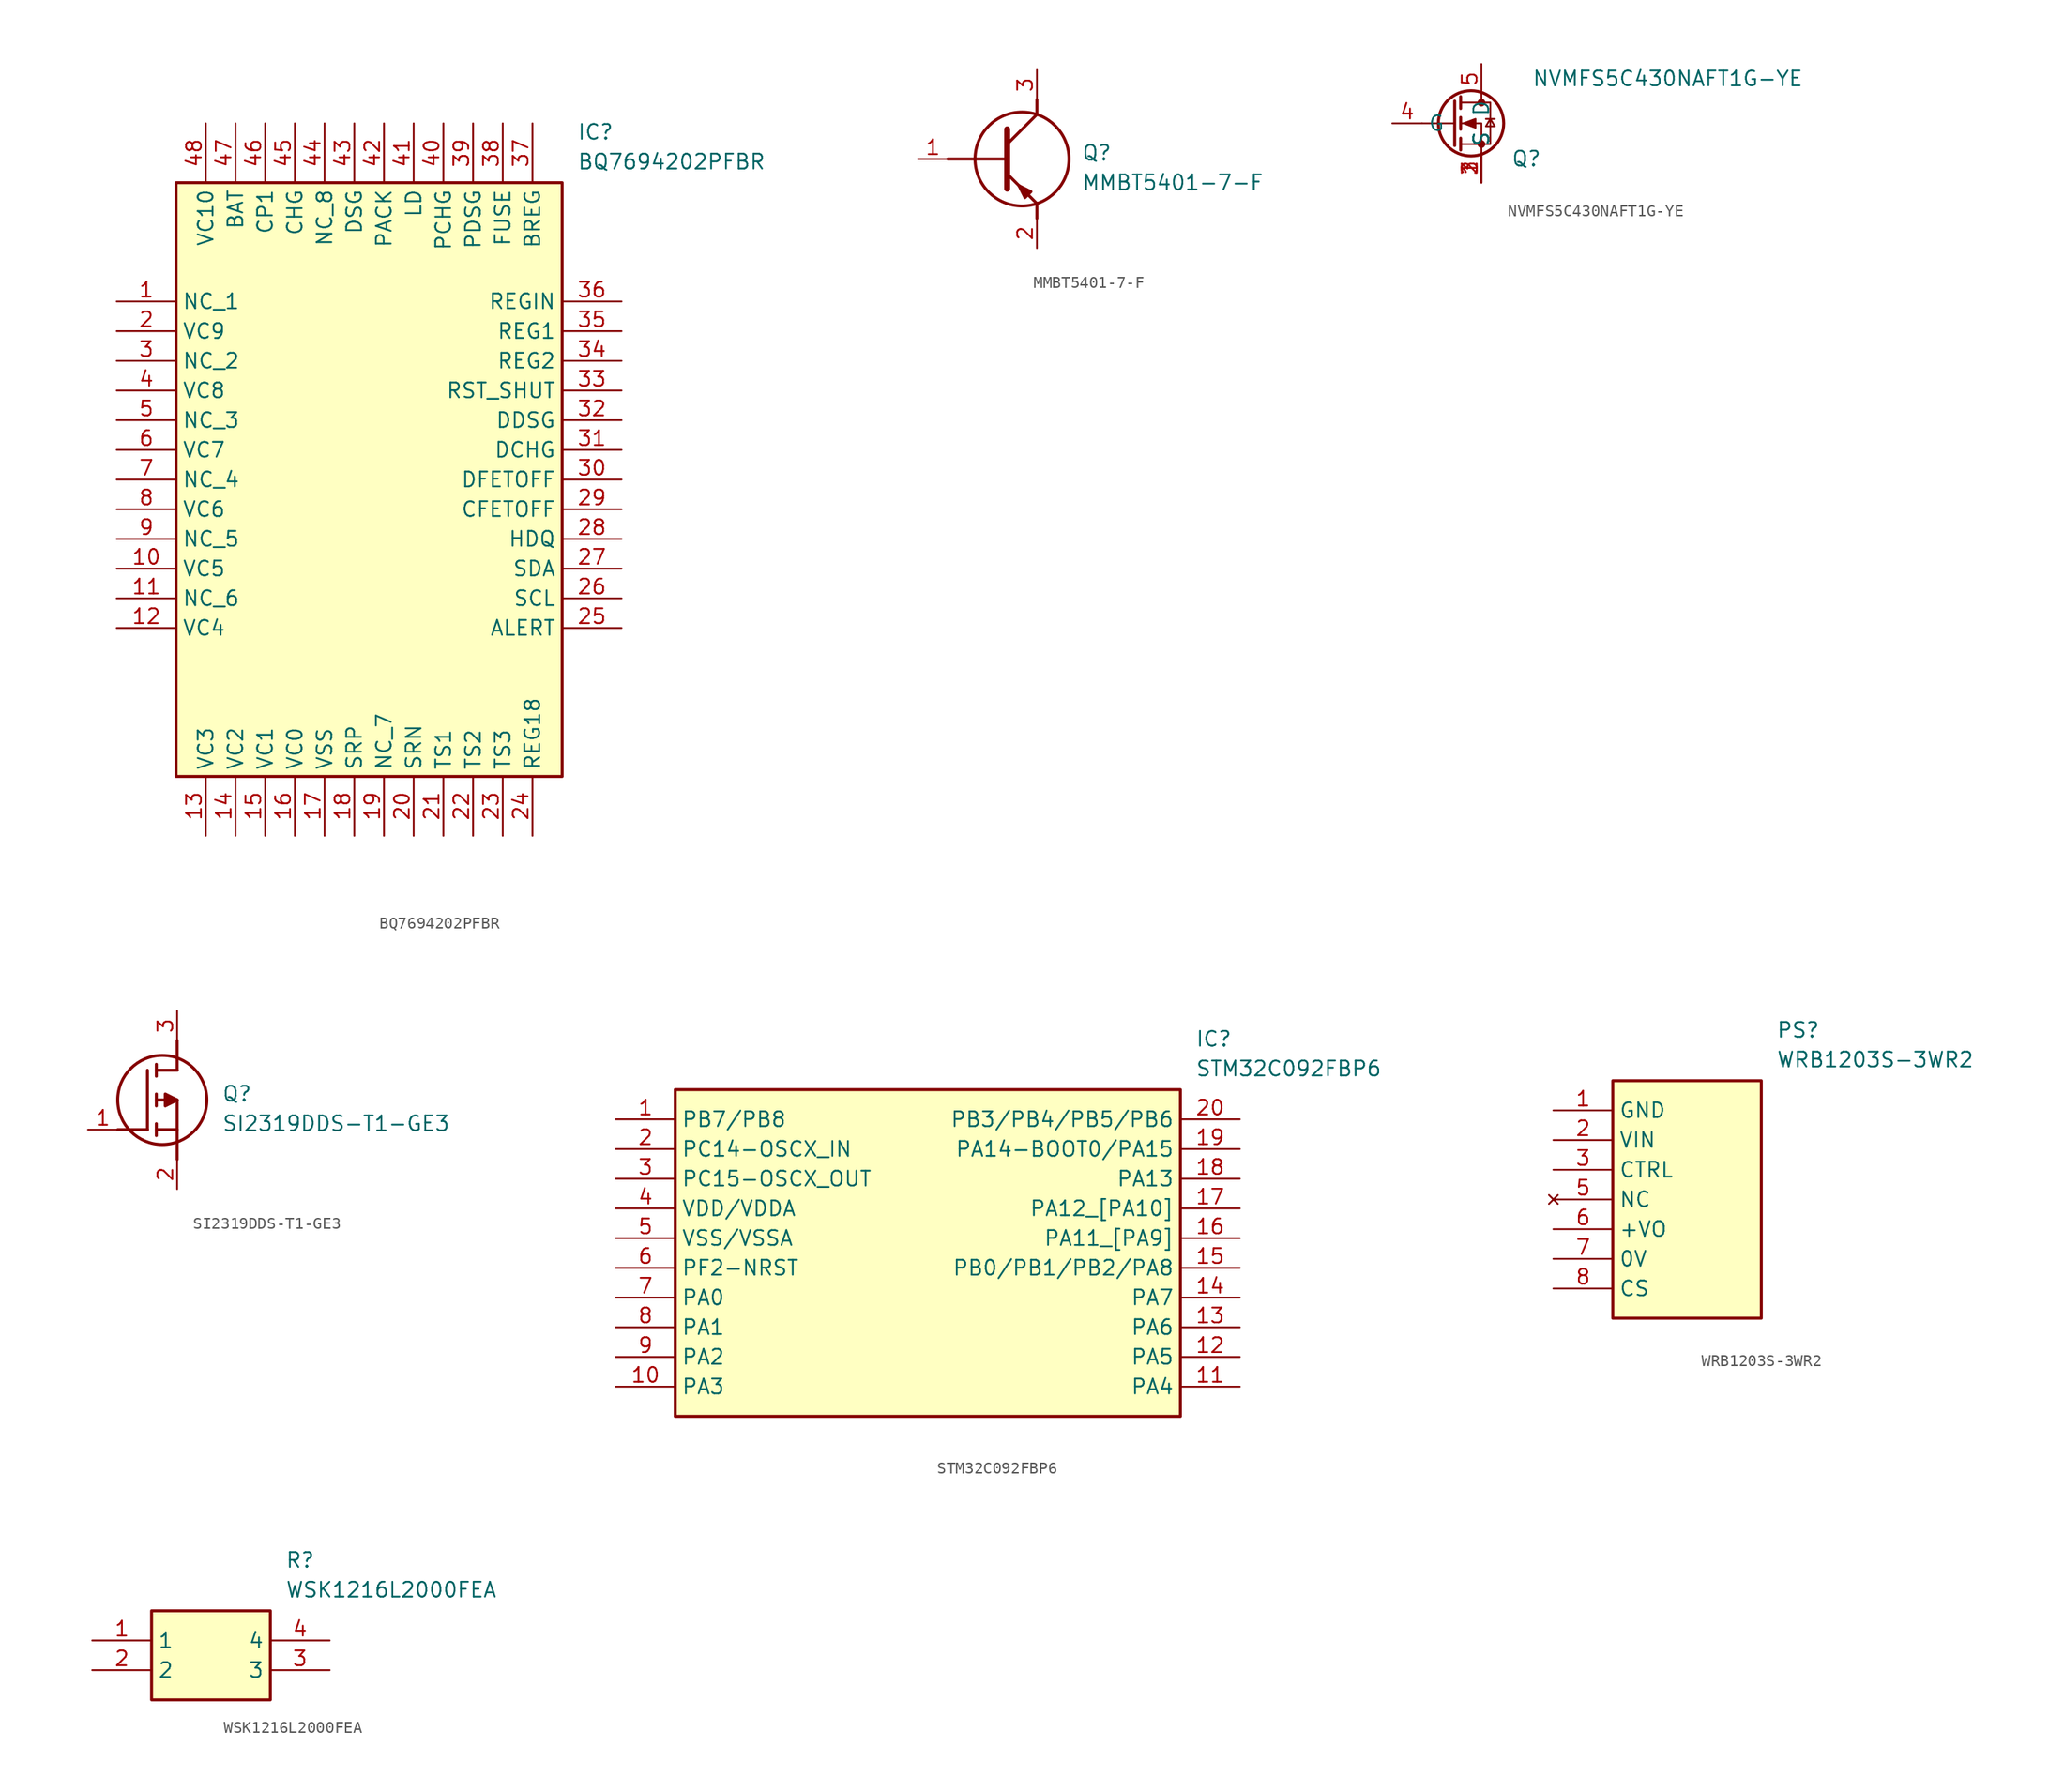
<source format=kicad_sym>
(kicad_symbol_lib
  (version 20241209)
  (generator "kicad_symbol_editor")
  (generator_version "9.0")
  (symbol "BQ7694202PFBR"
    (property "Reference" "IC"
      (at 39.37 15.24 0)
      (effects (font (size 1.27 1.27)) (justify left top)))
    (property "Value" "BQ7694202PFBR"
      (at 39.37 12.7 0)
      (effects (font (size 1.27 1.27)) (justify left top)))
    (symbol "BQ7694202PFBR_1_1"
      (rectangle (start 5.08 10.16) (end 38.1 -40.64) (stroke (width 0.254) (type default)) (fill (type background)))
      (pin passive line (at 0 0 0) (length 5.08) (name "NC_1" (effects (font (size 1.27 1.27)))) (number "1" (effects (font (size 1.27 1.27)))))
      (pin passive line (at 0 -2.54 0) (length 5.08) (name "VC9" (effects (font (size 1.27 1.27)))) (number "2" (effects (font (size 1.27 1.27)))))
      (pin passive line (at 0 -5.08 0) (length 5.08) (name "NC_2" (effects (font (size 1.27 1.27)))) (number "3" (effects (font (size 1.27 1.27)))))
      (pin passive line (at 0 -7.62 0) (length 5.08) (name "VC8" (effects (font (size 1.27 1.27)))) (number "4" (effects (font (size 1.27 1.27)))))
      (pin passive line (at 0 -10.16 0) (length 5.08) (name "NC_3" (effects (font (size 1.27 1.27)))) (number "5" (effects (font (size 1.27 1.27)))))
      (pin passive line (at 0 -12.7 0) (length 5.08) (name "VC7" (effects (font (size 1.27 1.27)))) (number "6" (effects (font (size 1.27 1.27)))))
      (pin passive line (at 0 -15.24 0) (length 5.08) (name "NC_4" (effects (font (size 1.27 1.27)))) (number "7" (effects (font (size 1.27 1.27)))))
      (pin passive line (at 0 -17.78 0) (length 5.08) (name "VC6" (effects (font (size 1.27 1.27)))) (number "8" (effects (font (size 1.27 1.27)))))
      (pin passive line (at 0 -20.32 0) (length 5.08) (name "NC_5" (effects (font (size 1.27 1.27)))) (number "9" (effects (font (size 1.27 1.27)))))
      (pin passive line (at 0 -22.86 0) (length 5.08) (name "VC5" (effects (font (size 1.27 1.27)))) (number "10" (effects (font (size 1.27 1.27)))))
      (pin passive line (at 0 -25.4 0) (length 5.08) (name "NC_6" (effects (font (size 1.27 1.27)))) (number "11" (effects (font (size 1.27 1.27)))))
      (pin passive line (at 0 -27.94 0) (length 5.08) (name "VC4" (effects (font (size 1.27 1.27)))) (number "12" (effects (font (size 1.27 1.27)))))
      (pin passive line (at 7.62 15.24 270) (length 5.08) (name "VC10" (effects (font (size 1.27 1.27)))) (number "48" (effects (font (size 1.27 1.27)))))
      (pin passive line (at 7.62 -45.72 90) (length 5.08) (name "VC3" (effects (font (size 1.27 1.27)))) (number "13" (effects (font (size 1.27 1.27)))))
      (pin passive line (at 10.16 15.24 270) (length 5.08) (name "BAT" (effects (font (size 1.27 1.27)))) (number "47" (effects (font (size 1.27 1.27)))))
      (pin passive line (at 10.16 -45.72 90) (length 5.08) (name "VC2" (effects (font (size 1.27 1.27)))) (number "14" (effects (font (size 1.27 1.27)))))
      (pin passive line (at 12.7 15.24 270) (length 5.08) (name "CP1" (effects (font (size 1.27 1.27)))) (number "46" (effects (font (size 1.27 1.27)))))
      (pin passive line (at 12.7 -45.72 90) (length 5.08) (name "VC1" (effects (font (size 1.27 1.27)))) (number "15" (effects (font (size 1.27 1.27)))))
      (pin passive line (at 15.24 15.24 270) (length 5.08) (name "CHG" (effects (font (size 1.27 1.27)))) (number "45" (effects (font (size 1.27 1.27)))))
      (pin passive line (at 15.24 -45.72 90) (length 5.08) (name "VC0" (effects (font (size 1.27 1.27)))) (number "16" (effects (font (size 1.27 1.27)))))
      (pin passive line (at 17.78 15.24 270) (length 5.08) (name "NC_8" (effects (font (size 1.27 1.27)))) (number "44" (effects (font (size 1.27 1.27)))))
      (pin passive line (at 17.78 -45.72 90) (length 5.08) (name "VSS" (effects (font (size 1.27 1.27)))) (number "17" (effects (font (size 1.27 1.27)))))
      (pin passive line (at 20.32 15.24 270) (length 5.08) (name "DSG" (effects (font (size 1.27 1.27)))) (number "43" (effects (font (size 1.27 1.27)))))
      (pin passive line (at 20.32 -45.72 90) (length 5.08) (name "SRP" (effects (font (size 1.27 1.27)))) (number "18" (effects (font (size 1.27 1.27)))))
      (pin passive line (at 22.86 15.24 270) (length 5.08) (name "PACK" (effects (font (size 1.27 1.27)))) (number "42" (effects (font (size 1.27 1.27)))))
      (pin passive line (at 22.86 -45.72 90) (length 5.08) (name "NC_7" (effects (font (size 1.27 1.27)))) (number "19" (effects (font (size 1.27 1.27)))))
      (pin passive line (at 25.4 15.24 270) (length 5.08) (name "LD" (effects (font (size 1.27 1.27)))) (number "41" (effects (font (size 1.27 1.27)))))
      (pin passive line (at 25.4 -45.72 90) (length 5.08) (name "SRN" (effects (font (size 1.27 1.27)))) (number "20" (effects (font (size 1.27 1.27)))))
      (pin passive line (at 27.94 15.24 270) (length 5.08) (name "PCHG" (effects (font (size 1.27 1.27)))) (number "40" (effects (font (size 1.27 1.27)))))
      (pin passive line (at 27.94 -45.72 90) (length 5.08) (name "TS1" (effects (font (size 1.27 1.27)))) (number "21" (effects (font (size 1.27 1.27)))))
      (pin passive line (at 30.48 15.24 270) (length 5.08) (name "PDSG" (effects (font (size 1.27 1.27)))) (number "39" (effects (font (size 1.27 1.27)))))
      (pin passive line (at 30.48 -45.72 90) (length 5.08) (name "TS2" (effects (font (size 1.27 1.27)))) (number "22" (effects (font (size 1.27 1.27)))))
      (pin passive line (at 33.02 15.24 270) (length 5.08) (name "FUSE" (effects (font (size 1.27 1.27)))) (number "38" (effects (font (size 1.27 1.27)))))
      (pin passive line (at 33.02 -45.72 90) (length 5.08) (name "TS3" (effects (font (size 1.27 1.27)))) (number "23" (effects (font (size 1.27 1.27)))))
      (pin passive line (at 35.56 15.24 270) (length 5.08) (name "BREG" (effects (font (size 1.27 1.27)))) (number "37" (effects (font (size 1.27 1.27)))))
      (pin passive line (at 35.56 -45.72 90) (length 5.08) (name "REG18" (effects (font (size 1.27 1.27)))) (number "24" (effects (font (size 1.27 1.27)))))
      (pin passive line (at 43.18 0 180) (length 5.08) (name "REGIN" (effects (font (size 1.27 1.27)))) (number "36" (effects (font (size 1.27 1.27)))))
      (pin passive line (at 43.18 -2.54 180) (length 5.08) (name "REG1" (effects (font (size 1.27 1.27)))) (number "35" (effects (font (size 1.27 1.27)))))
      (pin passive line (at 43.18 -5.08 180) (length 5.08) (name "REG2" (effects (font (size 1.27 1.27)))) (number "34" (effects (font (size 1.27 1.27)))))
      (pin passive line (at 43.18 -7.62 180) (length 5.08) (name "RST_SHUT" (effects (font (size 1.27 1.27)))) (number "33" (effects (font (size 1.27 1.27)))))
      (pin passive line (at 43.18 -10.16 180) (length 5.08) (name "DDSG" (effects (font (size 1.27 1.27)))) (number "32" (effects (font (size 1.27 1.27)))))
      (pin passive line (at 43.18 -12.7 180) (length 5.08) (name "DCHG" (effects (font (size 1.27 1.27)))) (number "31" (effects (font (size 1.27 1.27)))))
      (pin passive line (at 43.18 -15.24 180) (length 5.08) (name "DFETOFF" (effects (font (size 1.27 1.27)))) (number "30" (effects (font (size 1.27 1.27)))))
      (pin passive line (at 43.18 -17.78 180) (length 5.08) (name "CFETOFF" (effects (font (size 1.27 1.27)))) (number "29" (effects (font (size 1.27 1.27)))))
      (pin passive line (at 43.18 -20.32 180) (length 5.08) (name "HDQ" (effects (font (size 1.27 1.27)))) (number "28" (effects (font (size 1.27 1.27)))))
      (pin passive line (at 43.18 -22.86 180) (length 5.08) (name "SDA" (effects (font (size 1.27 1.27)))) (number "27" (effects (font (size 1.27 1.27)))))
      (pin passive line (at 43.18 -25.4 180) (length 5.08) (name "SCL" (effects (font (size 1.27 1.27)))) (number "26" (effects (font (size 1.27 1.27)))))
      (pin passive line (at 43.18 -27.94 180) (length 5.08) (name "ALERT" (effects (font (size 1.27 1.27)))) (number "25" (effects (font (size 1.27 1.27)))))))
  (symbol "MMBT5401-7-F"
    (pin_names
      (hide yes))
    (property "Reference" "Q"
      (at 13.97 1.27 0)
      (effects (font (size 1.27 1.27)) (justify left top)))
    (property "Value" "MMBT5401-7-F"
      (at 13.97 -1.27 0)
      (effects (font (size 1.27 1.27)) (justify left top)))
    (symbol "MMBT5401-7-F_1_1"
      (polyline (pts (xy 2.54 0) (xy 7.62 0)) (stroke (width 0.254) (type default)) (fill (type none)))
      (polyline (pts (xy 7.62 2.54) (xy 7.62 -2.54)) (stroke (width 0.508) (type default)) (fill (type none)))
      (polyline (pts (xy 7.62 1.27) (xy 10.16 3.81)) (stroke (width 0.254) (type default)) (fill (type none)))
      (polyline (pts (xy 7.62 -1.27) (xy 10.16 -3.81)) (stroke (width 0.254) (type default)) (fill (type none)))
      (circle (center 8.89 0) (radius 4.016) (stroke (width 0.254) (type default)) (fill (type none)))
      (polyline (pts (xy 9.652 -2.794) (xy 9.144 -3.302) (xy 8.636 -2.286) (xy 9.652 -2.794)) (stroke (width 0.254) (type default)) (fill (type outline)))
      (polyline (pts (xy 10.16 3.81) (xy 10.16 5.08)) (stroke (width 0.254) (type default)) (fill (type none)))
      (polyline (pts (xy 10.16 -3.81) (xy 10.16 -5.08)) (stroke (width 0.254) (type default)) (fill (type none)))
      (pin passive line (at 0 0 0) (length 2.54) (name "B" (effects (font (size 1.27 1.27)))) (number "1" (effects (font (size 1.27 1.27)))))
      (pin passive line (at 10.16 7.62 270) (length 2.54) (name "C" (effects (font (size 1.27 1.27)))) (number "3" (effects (font (size 1.27 1.27)))))
      (pin passive line (at 10.16 -7.62 90) (length 2.54) (name "E" (effects (font (size 1.27 1.27)))) (number "2" (effects (font (size 1.27 1.27)))))))
  (symbol "NVMFS5C430NAFT1G-YE"
    (property "Reference" "Q"
      (at 12.7 -4.826 0)
      (effects (font (size 1.27 1.27)) (justify left top)))
    (property "Value" "NVMFS5C430NAFT1G-YE"
      (at 14.478 2.032 0)
      (effects (font (size 1.27 1.27)) (justify left top)))
    (symbol "NVMFS5C430NAFT1G-YE_0_1"
      (polyline (pts (xy 7.874 -0.635) (xy 7.874 -4.445)) (stroke (width 0.254) (type default)) (fill (type none)))
      (polyline (pts (xy 7.874 -2.54) (xy 5.08 -2.54)) (stroke (width 0) (type default)) (fill (type none)))
      (polyline (pts (xy 8.382 -0.254) (xy 8.382 -1.27)) (stroke (width 0.254) (type default)) (fill (type none)))
      (polyline (pts (xy 8.382 -2.032) (xy 8.382 -3.048)) (stroke (width 0.254) (type default)) (fill (type none)))
      (polyline (pts (xy 8.382 -3.81) (xy 8.382 -4.826)) (stroke (width 0.254) (type default)) (fill (type none)))
      (polyline (pts (xy 8.382 -4.318) (xy 10.922 -4.318) (xy 10.922 -0.762) (xy 8.382 -0.762)) (stroke (width 0) (type default)) (fill (type none)))
      (polyline (pts (xy 8.636 -2.54) (xy 9.652 -2.159) (xy 9.652 -2.921) (xy 8.636 -2.54)) (stroke (width 0) (type default)) (fill (type outline)))
      (circle (center 9.271 -2.54) (radius 2.794) (stroke (width 0.254) (type default)) (fill (type none)))
      (polyline (pts (xy 10.16 0) (xy 10.16 -0.762)) (stroke (width 0) (type default)) (fill (type none)))
      (circle (center 10.16 -0.762) (radius 0.254) (stroke (width 0) (type default)) (fill (type outline)))
      (circle (center 10.16 -4.318) (radius 0.254) (stroke (width 0) (type default)) (fill (type outline)))
      (polyline (pts (xy 10.16 -5.08) (xy 10.16 -2.54) (xy 8.382 -2.54)) (stroke (width 0) (type default)) (fill (type none)))
      (polyline (pts (xy 10.541 -2.159) (xy 11.303 -2.159)) (stroke (width 0) (type default)) (fill (type none)))
      (polyline (pts (xy 10.922 -2.159) (xy 10.541 -2.794) (xy 11.303 -2.794) (xy 10.922 -2.159)) (stroke (width 0) (type default)) (fill (type none))))
    (symbol "NVMFS5C430NAFT1G-YE_1_1"
      (pin input line (at 2.54 -2.54 0) (length 2.54) (name "G" (effects (font (size 1.27 1.27)))) (number "4" (effects (font (size 1.27 1.27)))))
      (pin passive line (at 10.16 2.54 270) (length 2.54) (name "D" (effects (font (size 1.27 1.27)))) (number "5" (effects (font (size 1.27 1.27)))))
      (pin passive line (at 10.16 -7.62 90) (length 2.54) (name "S" (effects (font (size 1.27 1.27)))) (number "1" (effects (font (size 1.27 1.27)))))
      (pin passive line (at 10.16 -7.62 90) (length 2.54) (name "S" (effects (font (size 1.27 1.27)))) (number "2" (effects (font (size 1.27 1.27)))))
      (pin passive line (at 10.16 -7.62 90) (length 2.54) (name "S" (effects (font (size 1.27 1.27)))) (number "3" (effects (font (size 1.27 1.27)))))))
  (symbol "SI2319DDS-T1-GE3"
    (pin_names
      (hide yes))
    (property "Reference" "Q"
      (at 11.43 3.81 0)
      (effects (font (size 1.27 1.27)) (justify left top)))
    (property "Value" "SI2319DDS-T1-GE3"
      (at 11.43 1.27 0)
      (effects (font (size 1.27 1.27)) (justify left top)))
    (symbol "SI2319DDS-T1-GE3_1_1"
      (polyline (pts (xy 2.54 0) (xy 5.08 0)) (stroke (width 0.254) (type default)) (fill (type none)))
      (polyline (pts (xy 5.08 5.08) (xy 5.08 0)) (stroke (width 0.254) (type default)) (fill (type none)))
      (polyline (pts (xy 5.842 5.588) (xy 5.842 4.572)) (stroke (width 0.254) (type default)) (fill (type none)))
      (polyline (pts (xy 5.842 2.032) (xy 5.842 3.048)) (stroke (width 0.254) (type default)) (fill (type none)))
      (polyline (pts (xy 5.842 0) (xy 7.62 0)) (stroke (width 0.254) (type default)) (fill (type none)))
      (polyline (pts (xy 5.842 -0.508) (xy 5.842 0.508)) (stroke (width 0.254) (type default)) (fill (type none)))
      (circle (center 6.35 2.54) (radius 3.81) (stroke (width 0.254) (type default)) (fill (type none)))
      (polyline (pts (xy 7.62 5.08) (xy 5.842 5.08)) (stroke (width 0.254) (type default)) (fill (type none)))
      (polyline (pts (xy 7.62 5.08) (xy 7.62 7.62)) (stroke (width 0.254) (type default)) (fill (type none)))
      (polyline (pts (xy 7.62 2.54) (xy 5.842 2.54)) (stroke (width 0.254) (type default)) (fill (type none)))
      (polyline (pts (xy 7.62 2.54) (xy 7.62 -2.54)) (stroke (width 0.254) (type default)) (fill (type none)))
      (polyline (pts (xy 7.62 2.54) (xy 6.604 3.048) (xy 6.604 2.032) (xy 7.62 2.54)) (stroke (width 0.254) (type default)) (fill (type outline)))
      (pin passive line (at 0 0 0) (length 2.54) (name "G" (effects (font (size 1.27 1.27)))) (number "1" (effects (font (size 1.27 1.27)))))
      (pin passive line (at 7.62 10.16 270) (length 2.54) (name "D" (effects (font (size 1.27 1.27)))) (number "3" (effects (font (size 1.27 1.27)))))
      (pin passive line (at 7.62 -5.08 90) (length 2.54) (name "S" (effects (font (size 1.27 1.27)))) (number "2" (effects (font (size 1.27 1.27)))))))
  (symbol "STM32C092FBP6"
    (property "Reference" "IC"
      (at 49.53 7.62 0)
      (effects (font (size 1.27 1.27)) (justify left top)))
    (property "Value" "STM32C092FBP6"
      (at 49.53 5.08 0)
      (effects (font (size 1.27 1.27)) (justify left top)))
    (symbol "STM32C092FBP6_1_1"
      (rectangle (start 5.08 2.54) (end 48.26 -25.4) (stroke (width 0.254) (type default)) (fill (type background)))
      (pin passive line (at 0 0 0) (length 5.08) (name "PB7/PB8" (effects (font (size 1.27 1.27)))) (number "1" (effects (font (size 1.27 1.27)))))
      (pin passive line (at 0 -2.54 0) (length 5.08) (name "PC14-OSCX_IN" (effects (font (size 1.27 1.27)))) (number "2" (effects (font (size 1.27 1.27)))))
      (pin passive line (at 0 -5.08 0) (length 5.08) (name "PC15-OSCX_OUT" (effects (font (size 1.27 1.27)))) (number "3" (effects (font (size 1.27 1.27)))))
      (pin passive line (at 0 -7.62 0) (length 5.08) (name "VDD/VDDA" (effects (font (size 1.27 1.27)))) (number "4" (effects (font (size 1.27 1.27)))))
      (pin passive line (at 0 -10.16 0) (length 5.08) (name "VSS/VSSA" (effects (font (size 1.27 1.27)))) (number "5" (effects (font (size 1.27 1.27)))))
      (pin passive line (at 0 -12.7 0) (length 5.08) (name "PF2-NRST" (effects (font (size 1.27 1.27)))) (number "6" (effects (font (size 1.27 1.27)))))
      (pin passive line (at 0 -15.24 0) (length 5.08) (name "PA0" (effects (font (size 1.27 1.27)))) (number "7" (effects (font (size 1.27 1.27)))))
      (pin passive line (at 0 -17.78 0) (length 5.08) (name "PA1" (effects (font (size 1.27 1.27)))) (number "8" (effects (font (size 1.27 1.27)))))
      (pin passive line (at 0 -20.32 0) (length 5.08) (name "PA2" (effects (font (size 1.27 1.27)))) (number "9" (effects (font (size 1.27 1.27)))))
      (pin passive line (at 0 -22.86 0) (length 5.08) (name "PA3" (effects (font (size 1.27 1.27)))) (number "10" (effects (font (size 1.27 1.27)))))
      (pin passive line (at 53.34 0 180) (length 5.08) (name "PB3/PB4/PB5/PB6" (effects (font (size 1.27 1.27)))) (number "20" (effects (font (size 1.27 1.27)))))
      (pin passive line (at 53.34 -2.54 180) (length 5.08) (name "PA14-BOOT0/PA15" (effects (font (size 1.27 1.27)))) (number "19" (effects (font (size 1.27 1.27)))))
      (pin passive line (at 53.34 -5.08 180) (length 5.08) (name "PA13" (effects (font (size 1.27 1.27)))) (number "18" (effects (font (size 1.27 1.27)))))
      (pin passive line (at 53.34 -7.62 180) (length 5.08) (name "PA12_[PA10]" (effects (font (size 1.27 1.27)))) (number "17" (effects (font (size 1.27 1.27)))))
      (pin passive line (at 53.34 -10.16 180) (length 5.08) (name "PA11_[PA9]" (effects (font (size 1.27 1.27)))) (number "16" (effects (font (size 1.27 1.27)))))
      (pin passive line (at 53.34 -12.7 180) (length 5.08) (name "PB0/PB1/PB2/PA8" (effects (font (size 1.27 1.27)))) (number "15" (effects (font (size 1.27 1.27)))))
      (pin passive line (at 53.34 -15.24 180) (length 5.08) (name "PA7" (effects (font (size 1.27 1.27)))) (number "14" (effects (font (size 1.27 1.27)))))
      (pin passive line (at 53.34 -17.78 180) (length 5.08) (name "PA6" (effects (font (size 1.27 1.27)))) (number "13" (effects (font (size 1.27 1.27)))))
      (pin passive line (at 53.34 -20.32 180) (length 5.08) (name "PA5" (effects (font (size 1.27 1.27)))) (number "12" (effects (font (size 1.27 1.27)))))
      (pin passive line (at 53.34 -22.86 180) (length 5.08) (name "PA4" (effects (font (size 1.27 1.27)))) (number "11" (effects (font (size 1.27 1.27)))))))
  (symbol "WRB1203S-3WR2"
    (property "Reference" "PS"
      (at 19.05 7.62 0)
      (effects (font (size 1.27 1.27)) (justify left top)))
    (property "Value" "WRB1203S-3WR2"
      (at 19.05 5.08 0)
      (effects (font (size 1.27 1.27)) (justify left top)))
    (symbol "WRB1203S-3WR2_1_1"
      (rectangle (start 5.08 2.54) (end 17.78 -17.78) (stroke (width 0.254) (type default)) (fill (type background)))
      (pin passive line (at 0 0 0) (length 5.08) (name "GND" (effects (font (size 1.27 1.27)))) (number "1" (effects (font (size 1.27 1.27)))))
      (pin passive line (at 0 -2.54 0) (length 5.08) (name "VIN" (effects (font (size 1.27 1.27)))) (number "2" (effects (font (size 1.27 1.27)))))
      (pin passive line (at 0 -5.08 0) (length 5.08) (name "CTRL" (effects (font (size 1.27 1.27)))) (number "3" (effects (font (size 1.27 1.27)))))
      (pin no_connect line (at 0 -7.62 0) (length 5.08) (name "NC" (effects (font (size 1.27 1.27)))) (number "5" (effects (font (size 1.27 1.27)))))
      (pin passive line (at 0 -10.16 0) (length 5.08) (name "+VO" (effects (font (size 1.27 1.27)))) (number "6" (effects (font (size 1.27 1.27)))))
      (pin passive line (at 0 -12.7 0) (length 5.08) (name "0V" (effects (font (size 1.27 1.27)))) (number "7" (effects (font (size 1.27 1.27)))))
      (pin passive line (at 0 -15.24 0) (length 5.08) (name "CS" (effects (font (size 1.27 1.27)))) (number "8" (effects (font (size 1.27 1.27)))))))
  (symbol "WSK1216L2000FEA"
    (property "Reference" "R"
      (at 16.51 7.62 0)
      (effects (font (size 1.27 1.27)) (justify left top)))
    (property "Value" "WSK1216L2000FEA"
      (at 16.51 5.08 0)
      (effects (font (size 1.27 1.27)) (justify left top)))
    (symbol "WSK1216L2000FEA_1_1"
      (rectangle (start 5.08 2.54) (end 15.24 -5.08) (stroke (width 0.254) (type default)) (fill (type background)))
      (pin passive line (at 0 0 0) (length 5.08) (name "1" (effects (font (size 1.27 1.27)))) (number "1" (effects (font (size 1.27 1.27)))))
      (pin passive line (at 0 -2.54 0) (length 5.08) (name "2" (effects (font (size 1.27 1.27)))) (number "2" (effects (font (size 1.27 1.27)))))
      (pin passive line (at 20.32 0 180) (length 5.08) (name "4" (effects (font (size 1.27 1.27)))) (number "4" (effects (font (size 1.27 1.27)))))
      (pin passive line (at 20.32 -2.54 180) (length 5.08) (name "3" (effects (font (size 1.27 1.27)))) (number "3" (effects (font (size 1.27 1.27))))))))
</source>
